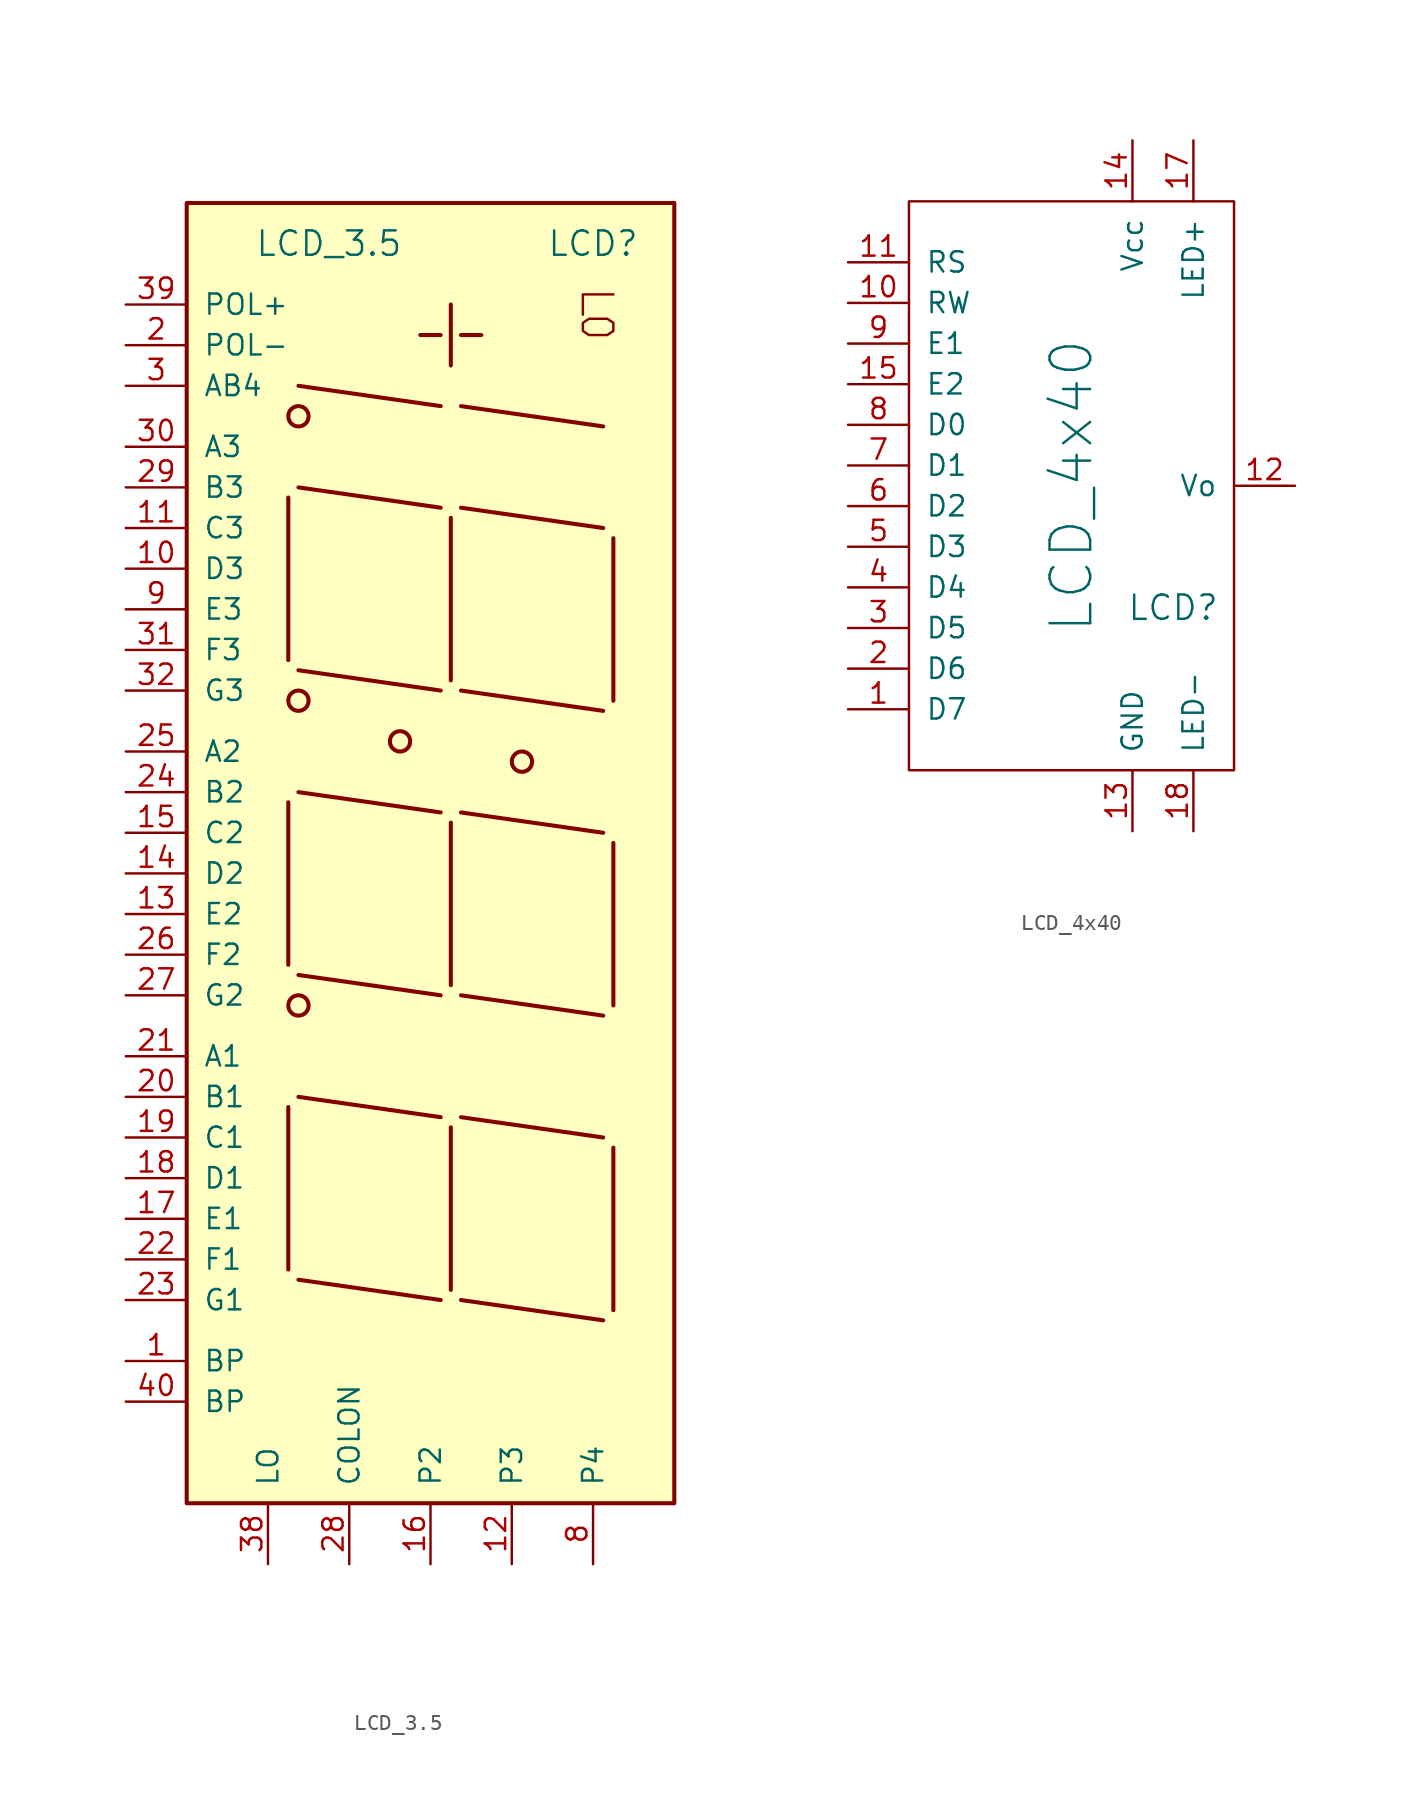
<source format=kicad_sym>
(kicad_symbol_lib
  (version 20231120)
  (generator "kicad_symbol_editor")
  (generator_version "8.0")
  (symbol "LCD_3.5"
    (pin_names
      (offset 1.016))
    (property "Reference" "LCD"
      (at 10.16 38.1 0)
      (effects (font (size 1.524 1.524))))
    (property "Value" "LCD_3.5"
      (at -6.35 38.1 0)
      (effects (font (size 1.524 1.524))))
    (property "Footprint" ""
      (at 0 0 0)
      (effects (font (size 1.524 1.524))))
    (property "Datasheet" ""
      (at 0 0 0)
      (effects (font (size 1.524 1.524))))
    (symbol "LCD_3.5_0_0"
      (rectangle (start -15.24 -40.64) (end 15.24 40.64) (stroke (width 0.254) (type default)) (fill (type background)))
      (circle (center -8.255 -9.525) (radius 0.635) (stroke (width 0.254) (type default)) (fill (type none)))
      (circle (center -8.255 9.525) (radius 0.635) (stroke (width 0.254) (type default)) (fill (type none)))
      (circle (center -8.255 27.305) (radius 0.635) (stroke (width 0.254) (type default)) (fill (type none)))
      (circle (center -1.905 6.985) (radius 0.635) (stroke (width 0.254) (type default)) (fill (type none)))
      (polyline (pts (xy -8.89 -15.875) (xy -8.89 -26.035)) (stroke (width 0.254) (type default)) (fill (type none)))
      (polyline (pts (xy -8.89 3.175) (xy -8.89 -6.985)) (stroke (width 0.254) (type default)) (fill (type none)))
      (polyline (pts (xy -8.89 22.225) (xy -8.89 12.065)) (stroke (width 0.254) (type default)) (fill (type none)))
      (polyline (pts (xy -8.255 -26.67) (xy 0.635 -27.94)) (stroke (width 0.254) (type default)) (fill (type none)))
      (polyline (pts (xy -8.255 -15.24) (xy 0.635 -16.51)) (stroke (width 0.254) (type default)) (fill (type none)))
      (polyline (pts (xy -8.255 -7.62) (xy 0.635 -8.89)) (stroke (width 0.254) (type default)) (fill (type none)))
      (polyline (pts (xy -8.255 3.81) (xy 0.635 2.54)) (stroke (width 0.254) (type default)) (fill (type none)))
      (polyline (pts (xy -8.255 11.43) (xy 0.635 10.16)) (stroke (width 0.254) (type default)) (fill (type none)))
      (polyline (pts (xy -8.255 22.86) (xy 0.635 21.59)) (stroke (width 0.254) (type default)) (fill (type none)))
      (polyline (pts (xy -8.255 29.21) (xy 0.635 27.94)) (stroke (width 0.254) (type default)) (fill (type none)))
      (polyline (pts (xy 1.27 -17.145) (xy 1.27 -27.305)) (stroke (width 0.254) (type default)) (fill (type none)))
      (polyline (pts (xy 1.27 1.905) (xy 1.27 -8.255)) (stroke (width 0.254) (type default)) (fill (type none)))
      (polyline (pts (xy 1.27 20.955) (xy 1.27 10.795)) (stroke (width 0.254) (type default)) (fill (type none)))
      (polyline (pts (xy 1.905 -27.94) (xy 10.795 -29.21)) (stroke (width 0.254) (type default)) (fill (type none)))
      (polyline (pts (xy 1.905 -16.51) (xy 10.795 -17.78)) (stroke (width 0.254) (type default)) (fill (type none)))
      (polyline (pts (xy 1.905 -8.89) (xy 10.795 -10.16)) (stroke (width 0.254) (type default)) (fill (type none)))
      (polyline (pts (xy 1.905 2.54) (xy 10.795 1.27)) (stroke (width 0.254) (type default)) (fill (type none)))
      (polyline (pts (xy 1.905 10.16) (xy 10.795 8.89)) (stroke (width 0.254) (type default)) (fill (type none)))
      (polyline (pts (xy 1.905 21.59) (xy 10.795 20.32)) (stroke (width 0.254) (type default)) (fill (type none)))
      (polyline (pts (xy 1.905 27.94) (xy 10.795 26.67)) (stroke (width 0.254) (type default)) (fill (type none)))
      (polyline (pts (xy 11.43 -18.415) (xy 11.43 -28.575)) (stroke (width 0.254) (type default)) (fill (type none)))
      (polyline (pts (xy 11.43 0.635) (xy 11.43 -9.525)) (stroke (width 0.254) (type default)) (fill (type none)))
      (polyline (pts (xy 11.43 19.685) (xy 11.43 9.525)) (stroke (width 0.254) (type default)) (fill (type none)))
      (polyline (pts (xy 0.635 32.385) (xy -0.635 32.385) (xy -0.635 32.385)) (stroke (width 0.254) (type default)) (fill (type none)))
      (polyline (pts (xy 1.27 34.29) (xy 1.27 30.48) (xy 1.27 30.48)) (stroke (width 0.254) (type default)) (fill (type none)))
      (polyline (pts (xy 1.905 32.385) (xy 3.175 32.385) (xy 3.175 32.385)) (stroke (width 0.254) (type default)) (fill (type none)))
      (polyline (pts (xy 11.43 34.925) (xy 9.525 34.925) (xy 9.525 33.655) (xy 9.525 33.655)) (stroke (width 0) (type default)) (fill (type none)))
      (polyline (pts (xy 9.525 33.147) (xy 9.906 33.401) (xy 11.049 33.401) (xy 11.43 33.147) (xy 11.43 32.639) (xy 11.049 32.385) (xy 9.906 32.385) (xy 9.525 32.639) (xy 9.525 33.147) (xy 9.525 33.147)) (stroke (width 0) (type default)) (fill (type none)))
      (circle (center 5.715 5.715) (radius 0.635) (stroke (width 0.254) (type default)) (fill (type none))))
    (symbol "LCD_3.5_1_1"
      (pin passive line (at -19.05 -31.75 0) (length 3.81) (name "BP" (effects (font (size 1.27 1.27)))) (number "1" (effects (font (size 1.27 1.27)))))
      (pin passive line (at -19.05 17.78 0) (length 3.81) (name "D3" (effects (font (size 1.27 1.27)))) (number "10" (effects (font (size 1.27 1.27)))))
      (pin passive line (at -19.05 20.32 0) (length 3.81) (name "C3" (effects (font (size 1.27 1.27)))) (number "11" (effects (font (size 1.27 1.27)))))
      (pin passive line (at 5.08 -44.45 90) (length 3.81) (name "P3" (effects (font (size 1.27 1.27)))) (number "12" (effects (font (size 1.27 1.27)))))
      (pin passive line (at -19.05 -3.81 0) (length 3.81) (name "E2" (effects (font (size 1.27 1.27)))) (number "13" (effects (font (size 1.27 1.27)))))
      (pin passive line (at -19.05 -1.27 0) (length 3.81) (name "D2" (effects (font (size 1.27 1.27)))) (number "14" (effects (font (size 1.27 1.27)))))
      (pin passive line (at -19.05 1.27 0) (length 3.81) (name "C2" (effects (font (size 1.27 1.27)))) (number "15" (effects (font (size 1.27 1.27)))))
      (pin passive line (at 0 -44.45 90) (length 3.81) (name "P2" (effects (font (size 1.27 1.27)))) (number "16" (effects (font (size 1.27 1.27)))))
      (pin passive line (at -19.05 -22.86 0) (length 3.81) (name "E1" (effects (font (size 1.27 1.27)))) (number "17" (effects (font (size 1.27 1.27)))))
      (pin passive line (at -19.05 -20.32 0) (length 3.81) (name "D1" (effects (font (size 1.27 1.27)))) (number "18" (effects (font (size 1.27 1.27)))))
      (pin passive line (at -19.05 -17.78 0) (length 3.81) (name "C1" (effects (font (size 1.27 1.27)))) (number "19" (effects (font (size 1.27 1.27)))))
      (pin passive line (at -19.05 31.75 0) (length 3.81) (name "POL-" (effects (font (size 1.27 1.27)))) (number "2" (effects (font (size 1.27 1.27)))))
      (pin passive line (at -19.05 -15.24 0) (length 3.81) (name "B1" (effects (font (size 1.27 1.27)))) (number "20" (effects (font (size 1.27 1.27)))))
      (pin passive line (at -19.05 -12.7 0) (length 3.81) (name "A1" (effects (font (size 1.27 1.27)))) (number "21" (effects (font (size 1.27 1.27)))))
      (pin passive line (at -19.05 -25.4 0) (length 3.81) (name "F1" (effects (font (size 1.27 1.27)))) (number "22" (effects (font (size 1.27 1.27)))))
      (pin passive line (at -19.05 -27.94 0) (length 3.81) (name "G1" (effects (font (size 1.27 1.27)))) (number "23" (effects (font (size 1.27 1.27)))))
      (pin passive line (at -19.05 3.81 0) (length 3.81) (name "B2" (effects (font (size 1.27 1.27)))) (number "24" (effects (font (size 1.27 1.27)))))
      (pin passive line (at -19.05 6.35 0) (length 3.81) (name "A2" (effects (font (size 1.27 1.27)))) (number "25" (effects (font (size 1.27 1.27)))))
      (pin passive line (at -19.05 -6.35 0) (length 3.81) (name "F2" (effects (font (size 1.27 1.27)))) (number "26" (effects (font (size 1.27 1.27)))))
      (pin passive line (at -19.05 -8.89 0) (length 3.81) (name "G2" (effects (font (size 1.27 1.27)))) (number "27" (effects (font (size 1.27 1.27)))))
      (pin passive line (at -5.08 -44.45 90) (length 3.81) (name "COLON" (effects (font (size 1.27 1.27)))) (number "28" (effects (font (size 1.27 1.27)))))
      (pin passive line (at -19.05 22.86 0) (length 3.81) (name "B3" (effects (font (size 1.27 1.27)))) (number "29" (effects (font (size 1.27 1.27)))))
      (pin passive line (at -19.05 29.21 0) (length 3.81) (name "AB4" (effects (font (size 1.27 1.27)))) (number "3" (effects (font (size 1.27 1.27)))))
      (pin passive line (at -19.05 25.4 0) (length 3.81) (name "A3" (effects (font (size 1.27 1.27)))) (number "30" (effects (font (size 1.27 1.27)))))
      (pin passive line (at -19.05 12.7 0) (length 3.81) (name "F3" (effects (font (size 1.27 1.27)))) (number "31" (effects (font (size 1.27 1.27)))))
      (pin passive line (at -19.05 10.16 0) (length 3.81) (name "G3" (effects (font (size 1.27 1.27)))) (number "32" (effects (font (size 1.27 1.27)))))
      (pin passive line (at -10.16 -44.45 90) (length 3.81) (name "LO" (effects (font (size 1.27 1.27)))) (number "38" (effects (font (size 1.27 1.27)))))
      (pin passive line (at -19.05 34.29 0) (length 3.81) (name "POL+" (effects (font (size 1.27 1.27)))) (number "39" (effects (font (size 1.27 1.27)))))
      (pin passive line (at -19.05 -34.29 0) (length 3.81) (name "BP" (effects (font (size 1.27 1.27)))) (number "40" (effects (font (size 1.27 1.27)))))
      (pin passive line (at 10.16 -44.45 90) (length 3.81) (name "P4" (effects (font (size 1.27 1.27)))) (number "8" (effects (font (size 1.27 1.27)))))
      (pin passive line (at -19.05 15.24 0) (length 3.81) (name "E3" (effects (font (size 1.27 1.27)))) (number "9" (effects (font (size 1.27 1.27)))))))
  (symbol "LCD_4x40"
    (pin_names
      (offset 1.016))
    (property "Reference" "LCD"
      (at 6.35 -7.62 0)
      (effects (font (size 1.524 1.524))))
    (property "Value" "LCD_4x40"
      (at 0 0 90)
      (effects (font (size 2.54 2.54))))
    (property "Footprint" ""
      (at 0 0 0)
      (effects (font (size 1.524 1.524))))
    (property "Datasheet" ""
      (at 0 0 0)
      (effects (font (size 1.524 1.524))))
    (symbol "LCD_4x40_0_1"
      (rectangle (start -10.16 17.78) (end 10.16 -17.78) (stroke (width 0) (type default)) (fill (type none))))
    (symbol "LCD_4x40_1_1"
      (pin passive line (at -13.97 -13.97 0) (length 3.81) (name "D7" (effects (font (size 1.27 1.27)))) (number "1" (effects (font (size 1.27 1.27)))))
      (pin passive line (at -13.97 11.43 0) (length 3.81) (name "RW" (effects (font (size 1.27 1.27)))) (number "10" (effects (font (size 1.27 1.27)))))
      (pin passive line (at -13.97 13.97 0) (length 3.81) (name "RS" (effects (font (size 1.27 1.27)))) (number "11" (effects (font (size 1.27 1.27)))))
      (pin passive line (at 13.97 0 180) (length 3.81) (name "Vo" (effects (font (size 1.27 1.27)))) (number "12" (effects (font (size 1.27 1.27)))))
      (pin power_in line (at 3.81 -21.59 90) (length 3.81) (name "GND" (effects (font (size 1.27 1.27)))) (number "13" (effects (font (size 1.27 1.27)))))
      (pin power_in line (at 3.81 21.59 270) (length 3.81) (name "Vcc" (effects (font (size 1.27 1.27)))) (number "14" (effects (font (size 1.27 1.27)))))
      (pin passive line (at -13.97 6.35 0) (length 3.81) (name "E2" (effects (font (size 1.27 1.27)))) (number "15" (effects (font (size 1.27 1.27)))))
      (pin passive line (at 7.62 21.59 270) (length 3.81) (name "LED+" (effects (font (size 1.27 1.27)))) (number "17" (effects (font (size 1.27 1.27)))))
      (pin passive line (at 7.62 -21.59 90) (length 3.81) (name "LED-" (effects (font (size 1.27 1.27)))) (number "18" (effects (font (size 1.27 1.27)))))
      (pin passive line (at -13.97 -11.43 0) (length 3.81) (name "D6" (effects (font (size 1.27 1.27)))) (number "2" (effects (font (size 1.27 1.27)))))
      (pin passive line (at -13.97 -8.89 0) (length 3.81) (name "D5" (effects (font (size 1.27 1.27)))) (number "3" (effects (font (size 1.27 1.27)))))
      (pin passive line (at -13.97 -6.35 0) (length 3.81) (name "D4" (effects (font (size 1.27 1.27)))) (number "4" (effects (font (size 1.27 1.27)))))
      (pin passive line (at -13.97 -3.81 0) (length 3.81) (name "D3" (effects (font (size 1.27 1.27)))) (number "5" (effects (font (size 1.27 1.27)))))
      (pin passive line (at -13.97 -1.27 0) (length 3.81) (name "D2" (effects (font (size 1.27 1.27)))) (number "6" (effects (font (size 1.27 1.27)))))
      (pin passive line (at -13.97 1.27 0) (length 3.81) (name "D1" (effects (font (size 1.27 1.27)))) (number "7" (effects (font (size 1.27 1.27)))))
      (pin passive line (at -13.97 3.81 0) (length 3.81) (name "D0" (effects (font (size 1.27 1.27)))) (number "8" (effects (font (size 1.27 1.27)))))
      (pin input line (at -13.97 8.89 0) (length 3.81) (name "E1" (effects (font (size 1.27 1.27)))) (number "9" (effects (font (size 1.27 1.27))))))))
</source>
